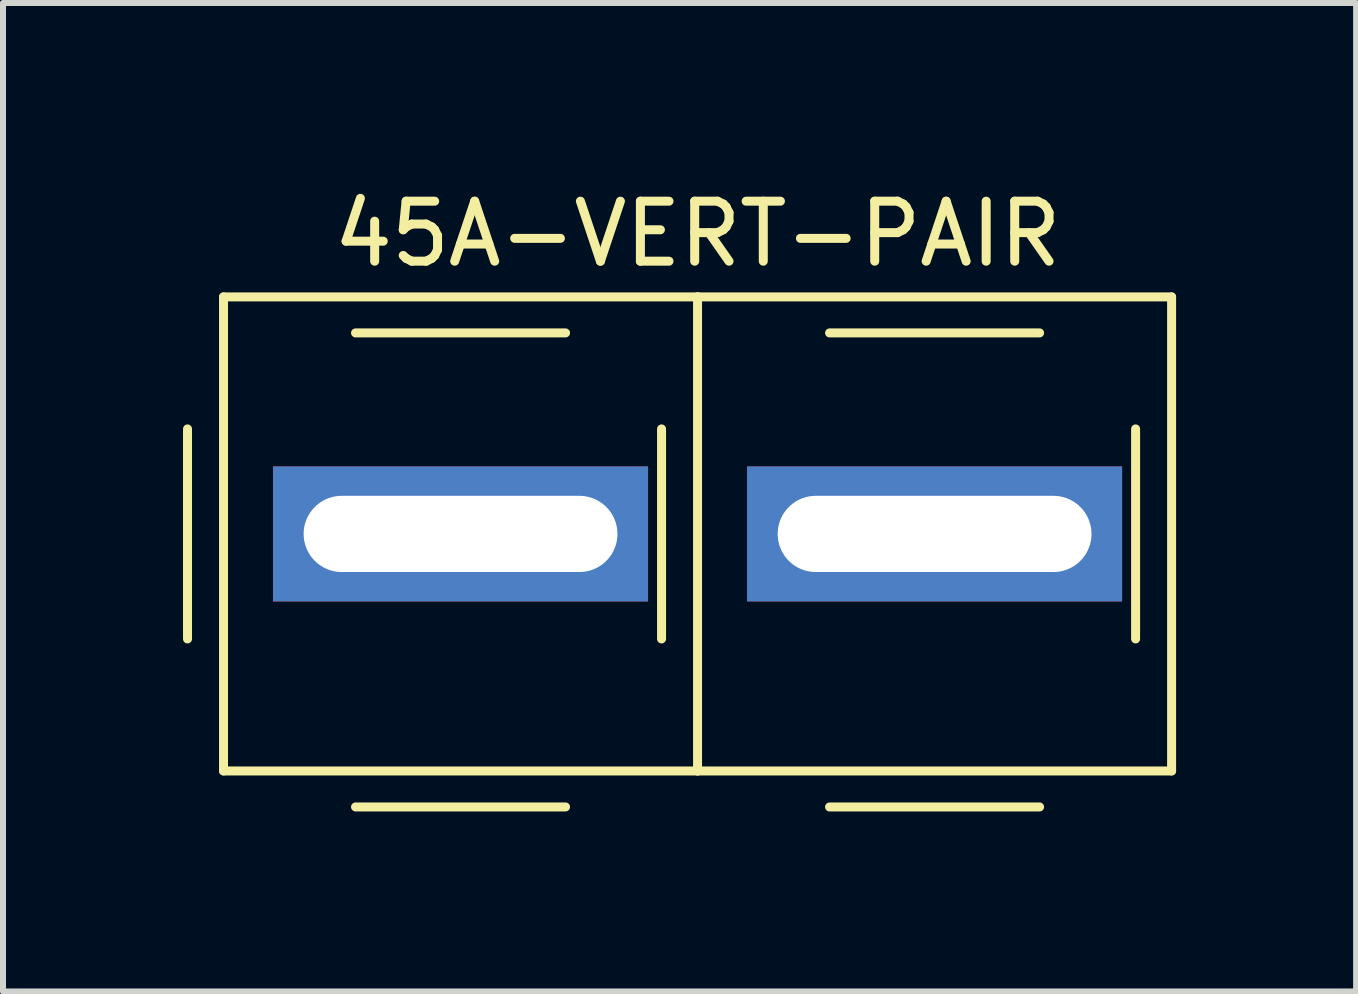
<source format=kicad_pcb>
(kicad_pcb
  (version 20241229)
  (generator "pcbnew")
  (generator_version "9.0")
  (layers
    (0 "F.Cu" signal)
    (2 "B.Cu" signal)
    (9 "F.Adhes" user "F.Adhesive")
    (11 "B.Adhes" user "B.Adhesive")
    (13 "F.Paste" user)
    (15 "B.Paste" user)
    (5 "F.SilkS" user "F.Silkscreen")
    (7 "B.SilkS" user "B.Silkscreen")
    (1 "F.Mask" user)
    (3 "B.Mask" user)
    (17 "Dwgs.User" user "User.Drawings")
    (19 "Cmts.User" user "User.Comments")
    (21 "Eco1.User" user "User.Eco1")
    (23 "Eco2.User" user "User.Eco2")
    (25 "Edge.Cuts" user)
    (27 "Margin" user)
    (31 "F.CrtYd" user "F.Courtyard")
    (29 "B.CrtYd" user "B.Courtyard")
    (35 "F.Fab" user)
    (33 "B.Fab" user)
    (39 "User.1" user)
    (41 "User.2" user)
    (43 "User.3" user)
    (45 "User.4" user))
  (footprint "45A-VERT-PAIR"
    (layer "F.Cu")
    (at 8.575 5.848)
    (property "Reference" "45A-VERT-PAIR" (at 0 -5 0) (layer "F.SilkS") (effects (font (size 1 1) (thickness 0.15))))
    (attr through_hole)
    (fp_line (start -8.5 -1.75) (end -8.5 1.75) (stroke (width 0.15) (type solid)) (layer "F.SilkS"))
    (fp_line (start -7.9 -3.95) (end -7.9 3.95) (stroke (width 0.15) (type solid)) (layer "F.SilkS"))
    (fp_line (start -7.9 -3.95) (end 0 -3.95) (stroke (width 0.15) (type solid)) (layer "F.SilkS"))
    (fp_line (start -7.9 3.95) (end 0 3.95) (stroke (width 0.15) (type solid)) (layer "F.SilkS"))
    (fp_line (start -5.7 -3.35) (end -2.2 -3.35) (stroke (width 0.15) (type solid)) (layer "F.SilkS"))
    (fp_line (start -5.7 4.55) (end -2.2 4.55) (stroke (width 0.15) (type solid)) (layer "F.SilkS"))
    (fp_line (start -0.6 -1.75) (end -0.6 1.75) (stroke (width 0.15) (type solid)) (layer "F.SilkS"))
    (fp_line (start 0 -3.95) (end 0 3.95) (stroke (width 0.15) (type solid)) (layer "F.SilkS"))
    (fp_line (start 0 -3.95) (end 7.9 -3.95) (stroke (width 0.15) (type solid)) (layer "F.SilkS"))
    (fp_line (start 0 3.95) (end 7.9 3.95) (stroke (width 0.15) (type solid)) (layer "F.SilkS"))
    (fp_line (start 2.2 -3.35) (end 5.7 -3.35) (stroke (width 0.15) (type solid)) (layer "F.SilkS"))
    (fp_line (start 2.2 4.55) (end 5.7 4.55) (stroke (width 0.15) (type solid)) (layer "F.SilkS"))
    (fp_line (start 7.3 -1.75) (end 7.3 1.75) (stroke (width 0.15) (type solid)) (layer "F.SilkS"))
    (fp_line (start 7.9 -3.95) (end 7.9 3.95) (stroke (width 0.15) (type solid)) (layer "F.SilkS"))
    (pad "1" thru_hole rect (at -3.95 0) (size 6.25 2.25) (drill oval 5.23 1.27) (layers "*.Cu" "*.Mask"))
    (pad "2" thru_hole rect (at 3.95 0) (size 6.25 2.25) (drill oval 5.23 1.27) (layers "*.Cu" "*.Mask")))
  (gr_rect
    (start -3 -3)
    (end 19.55 13.473)
    (stroke (width 0.1) (type default))
    (fill no)
    (layer "Edge.Cuts")))
</source>
